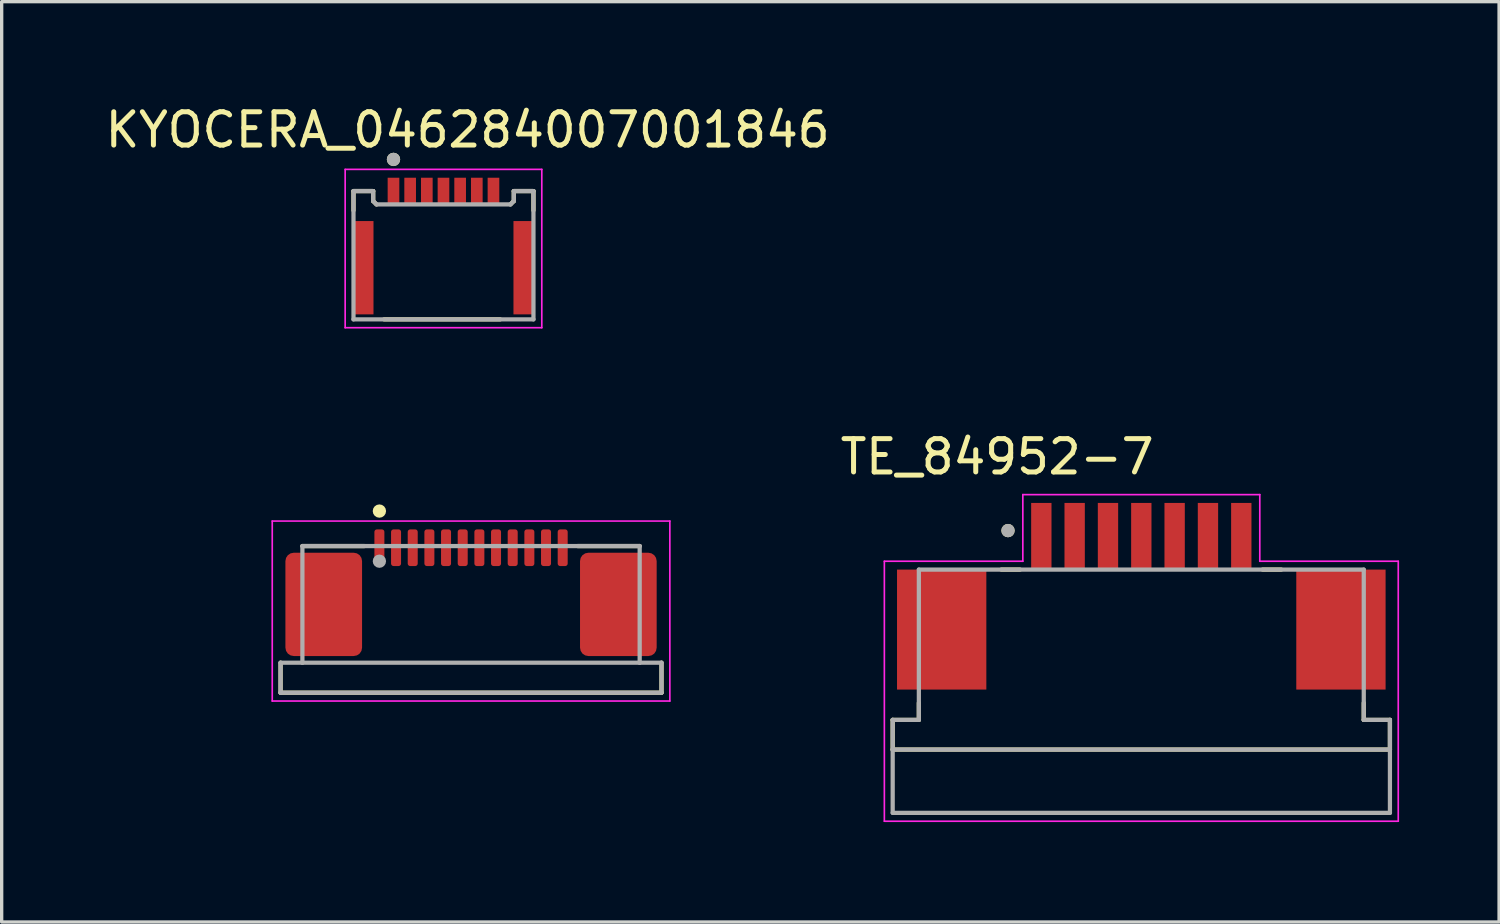
<source format=kicad_pcb>
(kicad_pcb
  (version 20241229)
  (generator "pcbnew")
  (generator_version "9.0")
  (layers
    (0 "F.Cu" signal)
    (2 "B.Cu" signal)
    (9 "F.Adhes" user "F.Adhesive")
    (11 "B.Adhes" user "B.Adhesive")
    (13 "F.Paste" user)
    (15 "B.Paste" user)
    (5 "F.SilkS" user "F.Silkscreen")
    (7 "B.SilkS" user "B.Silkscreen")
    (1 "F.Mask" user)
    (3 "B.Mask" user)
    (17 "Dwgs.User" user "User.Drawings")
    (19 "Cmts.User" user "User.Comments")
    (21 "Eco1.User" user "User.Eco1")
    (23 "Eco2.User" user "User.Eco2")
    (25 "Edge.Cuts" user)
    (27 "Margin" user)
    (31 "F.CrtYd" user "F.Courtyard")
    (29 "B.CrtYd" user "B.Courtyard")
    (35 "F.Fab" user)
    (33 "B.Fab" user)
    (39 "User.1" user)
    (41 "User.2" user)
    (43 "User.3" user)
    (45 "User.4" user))
  (footprint "TE_1-1734839-2"
    (layer "F.Cu")
    (at 11.084 15.535)
    (property "Reference" "TE_1-1734839-2" (at -1.557 -4.644 0) (layer "User.2") (effects (font (size 1.401 1.401) (thickness 0.15))))
    (attr smd)
    (fp_line (start -5.715 2.2) (end -5.715 1.3) (stroke (width 0.127) (type solid)) (layer "F.SilkS"))
    (fp_line (start -3.2 -2.2) (end -5.06 -2.2) (stroke (width 0.127) (type solid)) (layer "F.SilkS"))
    (fp_line (start 3.2 -2.2) (end 5.06 -2.2) (stroke (width 0.127) (type solid)) (layer "F.SilkS"))
    (fp_line (start 5.715 1.3) (end 5.715 2.2) (stroke (width 0.127) (type solid)) (layer "F.SilkS"))
    (fp_line (start 5.715 2.2) (end -5.715 2.2) (stroke (width 0.127) (type solid)) (layer "F.SilkS"))
    (fp_circle (center -2.75 -3.25) (end -2.65 -3.25) (stroke (width 0.2) (type solid)) (fill no) (layer "F.SilkS"))
    (fp_line (start -5.965 -2.95) (end 5.965 -2.95) (stroke (width 0.05) (type solid)) (layer "F.CrtYd"))
    (fp_line (start -5.965 2.45) (end -5.965 -2.95) (stroke (width 0.05) (type solid)) (layer "F.CrtYd"))
    (fp_line (start 5.965 -2.95) (end 5.965 2.45) (stroke (width 0.05) (type solid)) (layer "F.CrtYd"))
    (fp_line (start 5.965 2.45) (end -5.965 2.45) (stroke (width 0.05) (type solid)) (layer "F.CrtYd"))
    (fp_line (start -5.715 1.3) (end -5.06 1.3) (stroke (width 0.127) (type solid)) (layer "F.Fab"))
    (fp_line (start -5.715 2.2) (end -5.715 1.3) (stroke (width 0.127) (type solid)) (layer "F.Fab"))
    (fp_line (start -5.06 -2.2) (end -5.06 1.3) (stroke (width 0.127) (type solid)) (layer "F.Fab"))
    (fp_line (start -5.06 -2.2) (end 5.06 -2.2) (stroke (width 0.127) (type solid)) (layer "F.Fab"))
    (fp_line (start -5.06 1.3) (end 5.06 1.3) (stroke (width 0.127) (type solid)) (layer "F.Fab"))
    (fp_line (start 5.06 -2.2) (end 5.06 1.3) (stroke (width 0.127) (type solid)) (layer "F.Fab"))
    (fp_line (start 5.06 1.3) (end 5.715 1.3) (stroke (width 0.127) (type solid)) (layer "F.Fab"))
    (fp_line (start 5.715 1.3) (end 5.715 2.2) (stroke (width 0.127) (type solid)) (layer "F.Fab"))
    (fp_line (start 5.715 2.2) (end -5.715 2.2) (stroke (width 0.127) (type solid)) (layer "F.Fab"))
    (fp_circle (center -2.75 -1.746) (end -2.65 -1.746) (stroke (width 0.2) (type solid)) (fill no) (layer "F.Fab"))
    (pad "1" smd roundrect (at -2.75 -2.15) (size 0.3 1.1) (layers "F.Cu" "F.Mask" "F.Paste") (roundrect_rratio 0.25))
    (pad "2" smd roundrect (at -2.25 -2.15) (size 0.3 1.1) (layers "F.Cu" "F.Mask" "F.Paste") (roundrect_rratio 0.25))
    (pad "3" smd roundrect (at -1.75 -2.15) (size 0.3 1.1) (layers "F.Cu" "F.Mask" "F.Paste") (roundrect_rratio 0.25))
    (pad "4" smd roundrect (at -1.25 -2.15) (size 0.3 1.1) (layers "F.Cu" "F.Mask" "F.Paste") (roundrect_rratio 0.25))
    (pad "5" smd roundrect (at -0.75 -2.15) (size 0.3 1.1) (layers "F.Cu" "F.Mask" "F.Paste") (roundrect_rratio 0.25))
    (pad "6" smd roundrect (at -0.25 -2.15) (size 0.3 1.1) (layers "F.Cu" "F.Mask" "F.Paste") (roundrect_rratio 0.25))
    (pad "7" smd roundrect (at 0.25 -2.15) (size 0.3 1.1) (layers "F.Cu" "F.Mask" "F.Paste") (roundrect_rratio 0.25))
    (pad "8" smd roundrect (at 0.75 -2.15) (size 0.3 1.1) (layers "F.Cu" "F.Mask" "F.Paste") (roundrect_rratio 0.25))
    (pad "9" smd roundrect (at 1.25 -2.15) (size 0.3 1.1) (layers "F.Cu" "F.Mask" "F.Paste") (roundrect_rratio 0.25))
    (pad "10" smd roundrect (at 1.75 -2.15) (size 0.3 1.1) (layers "F.Cu" "F.Mask" "F.Paste") (roundrect_rratio 0.25))
    (pad "11" smd roundrect (at 2.25 -2.15) (size 0.3 1.1) (layers "F.Cu" "F.Mask" "F.Paste") (roundrect_rratio 0.25))
    (pad "12" smd roundrect (at 2.75 -2.15) (size 0.3 1.1) (layers "F.Cu" "F.Mask" "F.Paste") (roundrect_rratio 0.25))
    (pad "SH" smd roundrect (at -4.42 -0.45) (size 2.3 3.1) (layers "F.Cu" "F.Mask" "F.Paste") (roundrect_rratio 0.109))
    (pad "SH" smd roundrect (at 4.42 -0.45) (size 2.3 3.1) (layers "F.Cu" "F.Mask" "F.Paste") (roundrect_rratio 0.109)))
  (footprint "TE_84952-7"
    (layer "F.Cu")
    (at 31.196 13.041)
    (property "Reference" "TE_84952-7" (at -4.325 -2.385 0) (layer "F.SilkS") (effects (font (size 1 1) (thickness 0.15))))
    (attr through_hole)
    (fp_line (start -7.46 6.4) (end -7.46 5.51) (stroke (width 0.127) (type solid)) (layer "F.SilkS"))
    (fp_line (start -6.675 5) (end -6.675 5.51) (stroke (width 0.127) (type solid)) (layer "F.SilkS"))
    (fp_line (start -6.675 5.51) (end -7.46 5.51) (stroke (width 0.127) (type solid)) (layer "F.SilkS"))
    (fp_line (start -4.2 1) (end -3.64 1) (stroke (width 0.127) (type solid)) (layer "F.SilkS"))
    (fp_line (start 3.64 1) (end 4.2 1) (stroke (width 0.127) (type solid)) (layer "F.SilkS"))
    (fp_line (start 6.675 5) (end 6.675 5.51) (stroke (width 0.127) (type solid)) (layer "F.SilkS"))
    (fp_line (start 7.46 5.51) (end 6.675 5.51) (stroke (width 0.127) (type solid)) (layer "F.SilkS"))
    (fp_line (start 7.46 5.51) (end 7.46 6.4) (stroke (width 0.127) (type solid)) (layer "F.SilkS"))
    (fp_line (start 7.46 6.4) (end -7.46 6.4) (stroke (width 0.127) (type solid)) (layer "F.SilkS"))
    (fp_circle (center -4 -0.17) (end -3.9 -0.17) (stroke (width 0.2) (type solid)) (fill no) (layer "F.SilkS"))
    (fp_line (start -7.71 0.75) (end -3.555 0.75) (stroke (width 0.05) (type solid)) (layer "F.CrtYd"))
    (fp_line (start -7.71 8.55) (end -7.71 0.75) (stroke (width 0.05) (type solid)) (layer "F.CrtYd"))
    (fp_line (start -3.555 -1.25) (end 3.555 -1.25) (stroke (width 0.05) (type solid)) (layer "F.CrtYd"))
    (fp_line (start -3.555 0.75) (end -3.555 -1.25) (stroke (width 0.05) (type solid)) (layer "F.CrtYd"))
    (fp_line (start 3.555 -1.25) (end 3.555 0.75) (stroke (width 0.05) (type solid)) (layer "F.CrtYd"))
    (fp_line (start 3.555 0.75) (end 7.71 0.75) (stroke (width 0.05) (type solid)) (layer "F.CrtYd"))
    (fp_line (start 7.71 0.75) (end 7.71 8.55) (stroke (width 0.05) (type solid)) (layer "F.CrtYd"))
    (fp_line (start 7.71 8.55) (end -7.71 8.55) (stroke (width 0.05) (type solid)) (layer "F.CrtYd"))
    (fp_line (start -7.46 5.51) (end -7.46 6.4) (stroke (width 0.127) (type solid)) (layer "F.Fab"))
    (fp_line (start -7.46 8.3) (end -7.46 6.4) (stroke (width 0.127) (type solid)) (layer "F.Fab"))
    (fp_line (start -6.675 1) (end -6.675 5.51) (stroke (width 0.127) (type solid)) (layer "F.Fab"))
    (fp_line (start -6.675 1) (end 6.675 1) (stroke (width 0.127) (type solid)) (layer "F.Fab"))
    (fp_line (start -6.675 5.51) (end -7.46 5.51) (stroke (width 0.127) (type solid)) (layer "F.Fab"))
    (fp_line (start 6.675 1) (end 6.675 5.51) (stroke (width 0.127) (type solid)) (layer "F.Fab"))
    (fp_line (start 7.46 5.51) (end 6.675 5.51) (stroke (width 0.127) (type solid)) (layer "F.Fab"))
    (fp_line (start 7.46 5.51) (end 7.46 6.4) (stroke (width 0.127) (type solid)) (layer "F.Fab"))
    (fp_line (start 7.46 6.4) (end -7.46 6.4) (stroke (width 0.127) (type solid)) (layer "F.Fab"))
    (fp_line (start 7.46 6.4) (end 7.46 8.3) (stroke (width 0.127) (type solid)) (layer "F.Fab"))
    (fp_line (start 7.46 8.3) (end -7.46 8.3) (stroke (width 0.127) (type solid)) (layer "F.Fab"))
    (fp_circle (center -4 -0.17) (end -3.9 -0.17) (stroke (width 0.2) (type solid)) (fill no) (layer "F.Fab"))
    (pad "1" smd rect (at -3 0) (size 0.61 2) (layers "F.Cu" "F.Mask" "F.Paste"))
    (pad "2" smd rect (at -2 0) (size 0.61 2) (layers "F.Cu" "F.Mask" "F.Paste"))
    (pad "3" smd rect (at -1 0) (size 0.61 2) (layers "F.Cu" "F.Mask" "F.Paste"))
    (pad "4" smd rect (at 0 0) (size 0.61 2) (layers "F.Cu" "F.Mask" "F.Paste"))
    (pad "5" smd rect (at 1 0) (size 0.61 2) (layers "F.Cu" "F.Mask" "F.Paste"))
    (pad "6" smd rect (at 2 0) (size 0.61 2) (layers "F.Cu" "F.Mask" "F.Paste"))
    (pad "7" smd rect (at 3 0) (size 0.61 2) (layers "F.Cu" "F.Mask" "F.Paste"))
    (pad "S1" smd rect (at -5.99 2.8) (size 2.68 3.6) (layers "F.Cu" "F.Mask" "F.Paste"))
    (pad "S2" smd rect (at 5.99 2.8) (size 2.68 3.6) (layers "F.Cu" "F.Mask" "F.Paste")))
  (footprint "KYOCERA_046284007001846"
    (layer "F.Cu")
    (at 10.257 4.983)
    (property "Reference" "KYOCERA_046284007001846" (at 0.725 -4.135 0) (layer "F.SilkS") (effects (font (size 1 1) (thickness 0.15))))
    (attr smd)
    (fp_line (start -2.7 -2.3) (end -2.7 -1.72) (stroke (width 0.127) (type solid)) (layer "F.SilkS"))
    (fp_line (start -2.11 -2.3) (end -2.7 -2.3) (stroke (width 0.127) (type solid)) (layer "F.SilkS"))
    (fp_line (start -2.11 -2) (end -2.11 -2.3) (stroke (width 0.127) (type solid)) (layer "F.SilkS"))
    (fp_line (start -2.11 -2) (end -2.01 -1.9) (stroke (width 0.127) (type solid)) (layer "F.SilkS"))
    (fp_line (start -1.78 1.55) (end 1.7 1.55) (stroke (width 0.127) (type solid)) (layer "F.SilkS"))
    (fp_line (start 2.11 -2.3) (end 2.11 -2) (stroke (width 0.127) (type solid)) (layer "F.SilkS"))
    (fp_line (start 2.11 -2) (end 2.01 -1.9) (stroke (width 0.127) (type solid)) (layer "F.SilkS"))
    (fp_line (start 2.7 -2.3) (end 2.11 -2.3) (stroke (width 0.127) (type solid)) (layer "F.SilkS"))
    (fp_line (start 2.7 -2.3) (end 2.7 -1.72) (stroke (width 0.127) (type solid)) (layer "F.SilkS"))
    (fp_circle (center -1.5 -3.25) (end -1.4 -3.25) (stroke (width 0.2) (type solid)) (fill no) (layer "F.SilkS"))
    (fp_line (start -2.95 -2.95) (end -2.95 1.8) (stroke (width 0.05) (type solid)) (layer "F.CrtYd"))
    (fp_line (start -2.95 1.8) (end 2.95 1.8) (stroke (width 0.05) (type solid)) (layer "F.CrtYd"))
    (fp_line (start 2.95 -2.95) (end -2.95 -2.95) (stroke (width 0.05) (type solid)) (layer "F.CrtYd"))
    (fp_line (start 2.95 1.8) (end 2.95 -2.95) (stroke (width 0.05) (type solid)) (layer "F.CrtYd"))
    (fp_line (start -2.7 -2.3) (end -2.7 1.55) (stroke (width 0.127) (type solid)) (layer "F.Fab"))
    (fp_line (start -2.7 1.55) (end 2.7 1.55) (stroke (width 0.127) (type solid)) (layer "F.Fab"))
    (fp_line (start -2.11 -2.3) (end -2.7 -2.3) (stroke (width 0.127) (type solid)) (layer "F.Fab"))
    (fp_line (start -2.11 -2) (end -2.11 -2.3) (stroke (width 0.127) (type solid)) (layer "F.Fab"))
    (fp_line (start -2.01 -1.9) (end -2.11 -2) (stroke (width 0.127) (type solid)) (layer "F.Fab"))
    (fp_line (start 2.01 -1.9) (end -2.01 -1.9) (stroke (width 0.127) (type solid)) (layer "F.Fab"))
    (fp_line (start 2.11 -2.3) (end 2.11 -2) (stroke (width 0.127) (type solid)) (layer "F.Fab"))
    (fp_line (start 2.11 -2) (end 2.01 -1.9) (stroke (width 0.127) (type solid)) (layer "F.Fab"))
    (fp_line (start 2.7 -2.3) (end 2.11 -2.3) (stroke (width 0.127) (type solid)) (layer "F.Fab"))
    (fp_line (start 2.7 -2.3) (end 2.7 1.55) (stroke (width 0.127) (type solid)) (layer "F.Fab"))
    (fp_circle (center -1.5 -3.25) (end -1.4 -3.25) (stroke (width 0.2) (type solid)) (fill no) (layer "F.Fab"))
    (pad "1" smd rect (at -1.5 -2.3) (size 0.35 0.8) (layers "F.Cu" "F.Mask" "F.Paste"))
    (pad "2" smd rect (at -1 -2.3) (size 0.35 0.8) (layers "F.Cu" "F.Mask" "F.Paste"))
    (pad "3" smd rect (at -0.5 -2.3) (size 0.35 0.8) (layers "F.Cu" "F.Mask" "F.Paste"))
    (pad "4" smd rect (at 0 -2.3) (size 0.35 0.8) (layers "F.Cu" "F.Mask" "F.Paste"))
    (pad "5" smd rect (at 0.5 -2.3) (size 0.35 0.8) (layers "F.Cu" "F.Mask" "F.Paste"))
    (pad "6" smd rect (at 1 -2.3) (size 0.35 0.8) (layers "F.Cu" "F.Mask" "F.Paste"))
    (pad "7" smd rect (at 1.5 -2.3) (size 0.35 0.8) (layers "F.Cu" "F.Mask" "F.Paste"))
    (pad "SH" smd rect (at -2.4 0) (size 0.6 2.8) (layers "F.Cu" "F.Mask" "F.Paste"))
    (pad "SH" smd rect (at 2.4 0) (size 0.6 2.8) (layers "F.Cu" "F.Mask" "F.Paste")))
  (gr_rect
    (start -3 -3)
    (end 41.931 24.616)
    (stroke (width 0.1) (type default))
    (fill no)
    (layer "Edge.Cuts")))
</source>
